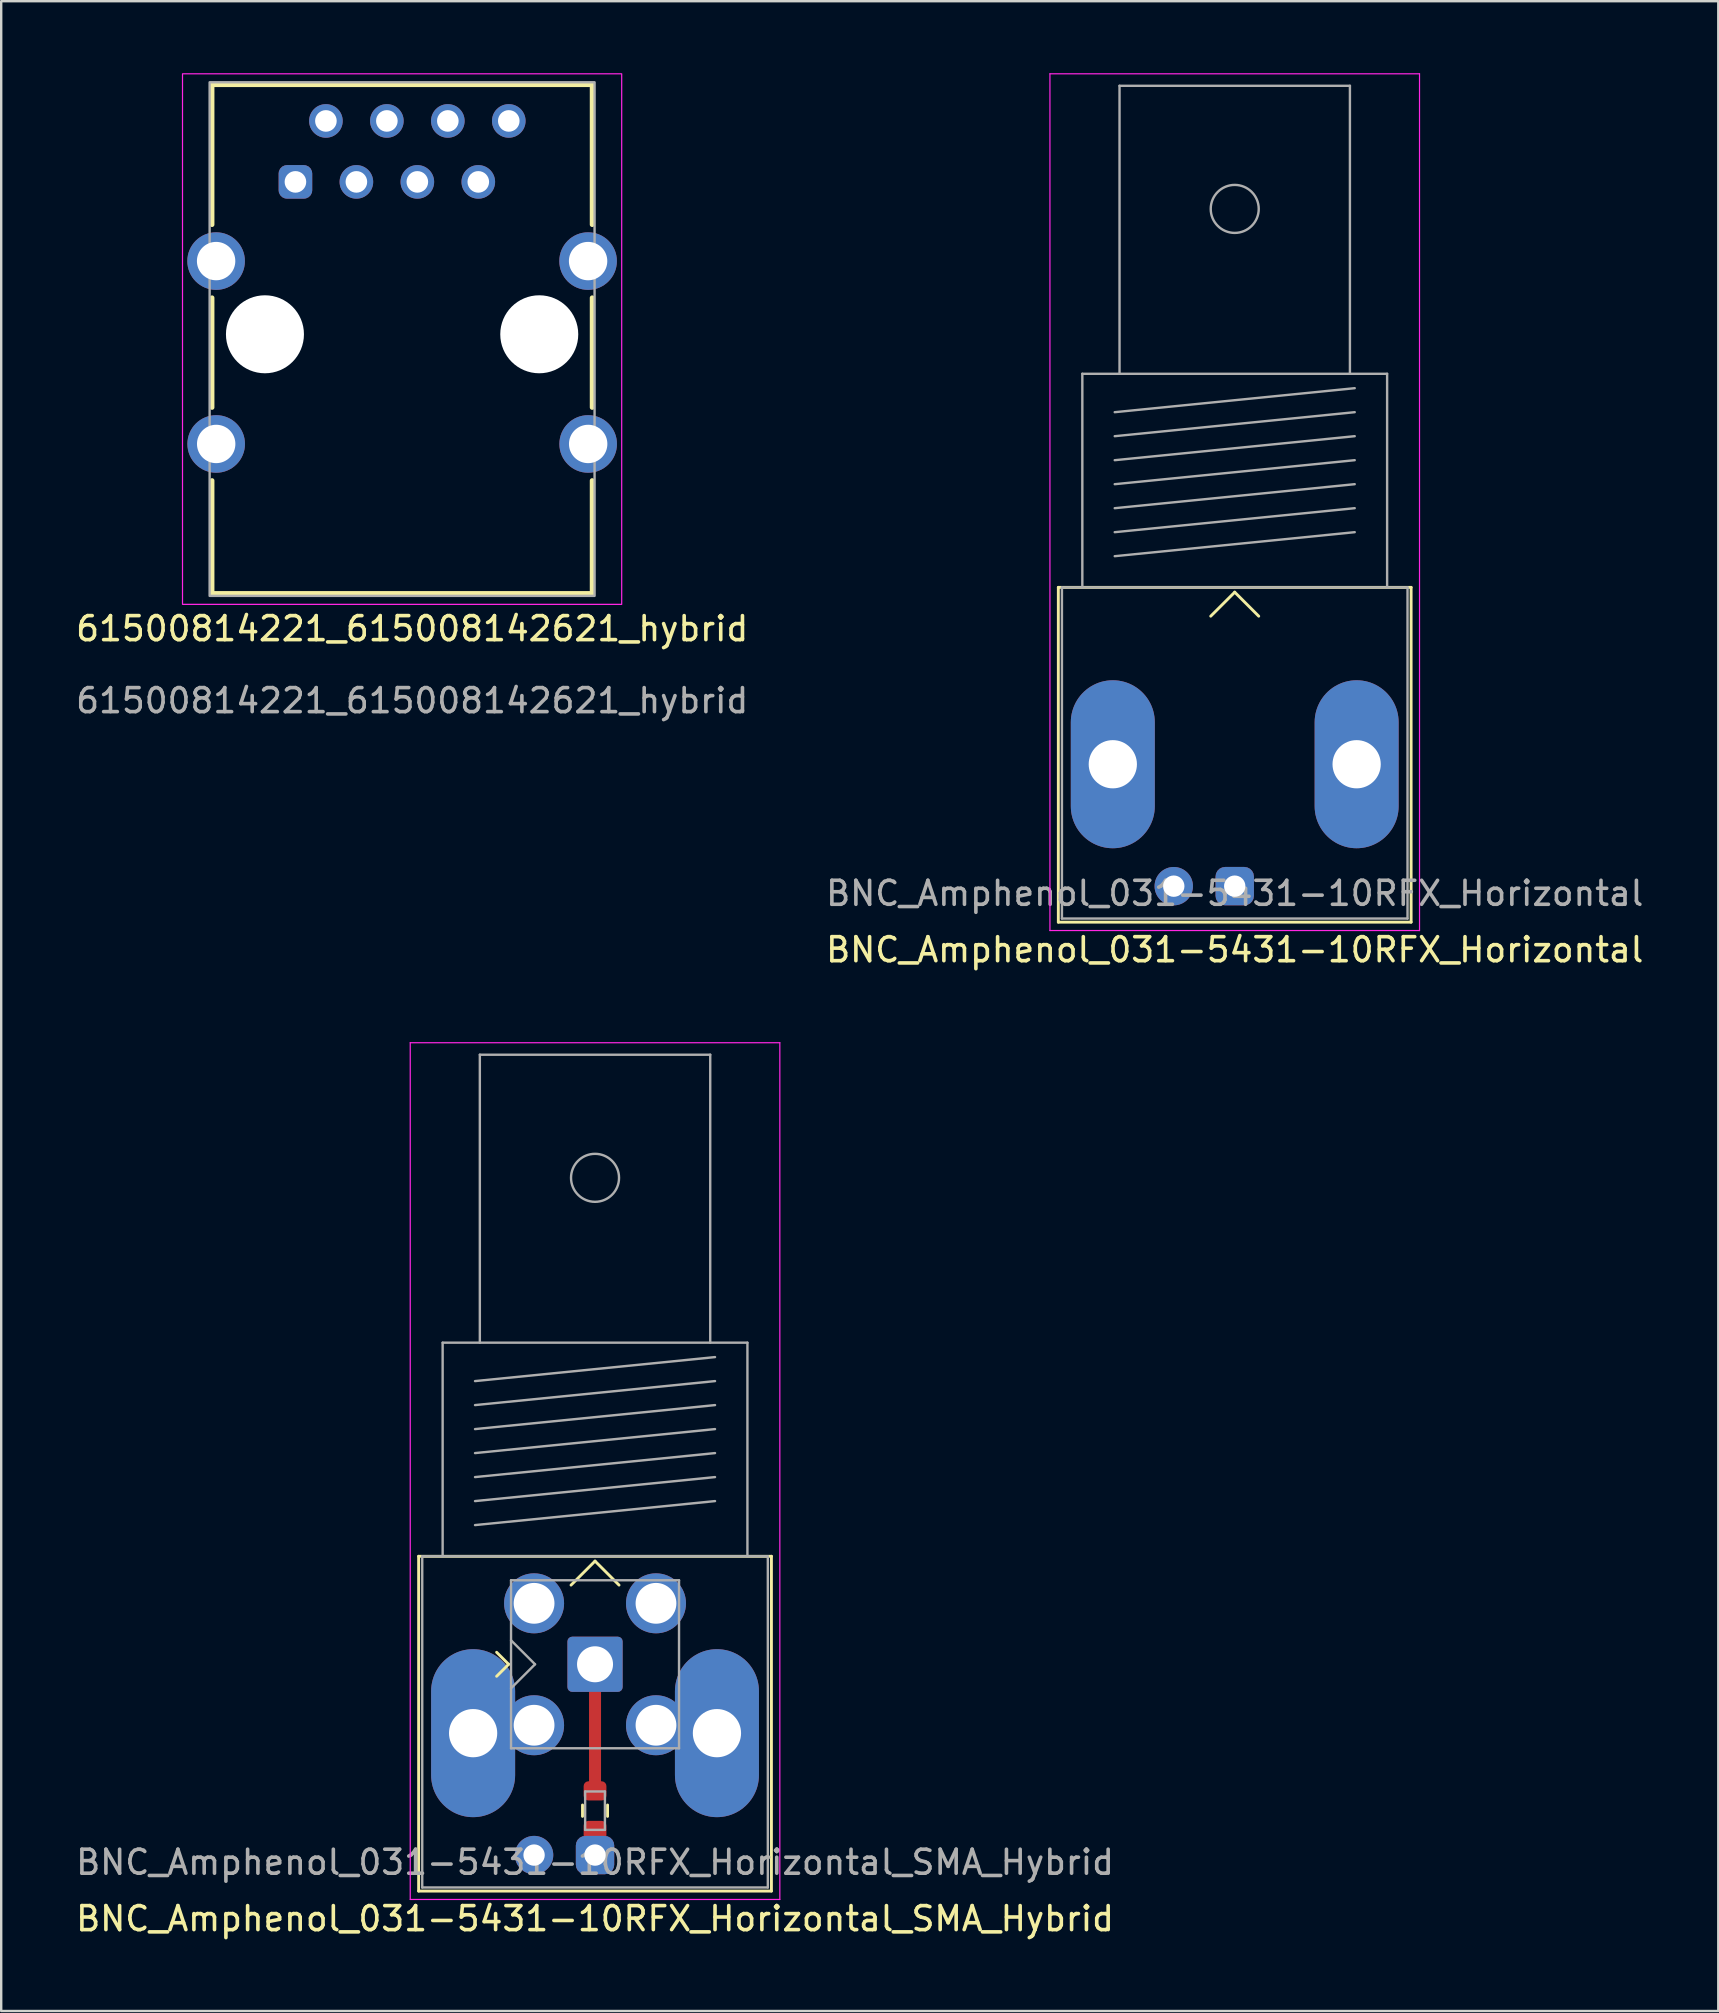
<source format=kicad_pcb>
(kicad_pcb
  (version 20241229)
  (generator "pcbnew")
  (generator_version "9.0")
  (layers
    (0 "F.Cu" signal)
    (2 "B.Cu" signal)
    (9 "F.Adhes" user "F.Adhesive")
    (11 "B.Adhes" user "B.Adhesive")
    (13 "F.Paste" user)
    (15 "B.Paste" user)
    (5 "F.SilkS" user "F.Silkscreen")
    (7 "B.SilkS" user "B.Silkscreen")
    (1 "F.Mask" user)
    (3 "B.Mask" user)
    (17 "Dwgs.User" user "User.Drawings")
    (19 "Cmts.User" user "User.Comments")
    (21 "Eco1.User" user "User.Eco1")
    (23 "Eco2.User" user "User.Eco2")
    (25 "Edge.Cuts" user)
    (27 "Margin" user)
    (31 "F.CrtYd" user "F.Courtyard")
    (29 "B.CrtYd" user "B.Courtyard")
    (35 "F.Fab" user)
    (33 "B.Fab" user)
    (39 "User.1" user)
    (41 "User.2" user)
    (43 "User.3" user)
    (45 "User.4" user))
  (footprint "61500814221_615008142621_hybrid"
    (layer "F.Cu")
    (at 9.26 4.529)
    (property "Reference" "61500814221_615008142621_hybrid" (at 4.865 18.618 0) (unlocked yes) (layer "F.SilkS") (effects (font (size 1 1) (thickness 0.15))))
    (attr through_hole)
    (fp_line (start -3.475 -4.05) (end 12.365 -4.05) (stroke (width 0.2) (type solid)) (layer "F.SilkS"))
    (fp_line (start -3.475 1.78) (end -3.475 -4.05) (stroke (width 0.2) (type solid)) (layer "F.SilkS"))
    (fp_line (start -3.475 9.398) (end -3.475 4.83) (stroke (width 0.2) (type solid)) (layer "F.SilkS"))
    (fp_line (start -3.475 17.15) (end -3.475 12.446) (stroke (width 0.2) (type solid)) (layer "F.SilkS"))
    (fp_line (start -3.475 17.15) (end 12.365 17.15) (stroke (width 0.2) (type solid)) (layer "F.SilkS"))
    (fp_line (start 12.365 1.78) (end 12.365 -4.05) (stroke (width 0.2) (type solid)) (layer "F.SilkS"))
    (fp_line (start 12.365 9.398) (end 12.365 4.83) (stroke (width 0.2) (type solid)) (layer "F.SilkS"))
    (fp_line (start 12.365 17.15) (end 12.365 12.446) (stroke (width 0.2) (type solid)) (layer "F.SilkS"))
    (fp_rect (start -4.705 -4.504) (end 13.595 17.604) (stroke (width 0.05) (type default)) (fill no) (layer "F.CrtYd"))
    (fp_rect (start -3.575 -4.15) (end 12.465 17.25) (stroke (width 0.1) (type default)) (fill no) (layer "F.Fab"))
    (fp_text user "${REFERENCE}" (at 4.865 21.618 0) (unlocked yes) (layer "F.Fab") (effects (font (size 1 1) (thickness 0.15))))
    (pad "" np_thru_hole circle (at -1.27 6.35) (size 3.25 3.25) (drill 3.25) (layers "*.Cu" "*.Mask"))
    (pad "" np_thru_hole circle (at 10.16 6.35) (size 3.25 3.25) (drill 3.25) (layers "*.Cu" "*.Mask"))
    (pad "1" thru_hole roundrect (at 0 0) (size 1.4 1.4) (drill 0.9) (layers "*.Cu" "*.Mask") (roundrect_rratio 0.25))
    (pad "2" thru_hole circle (at 1.27 -2.54) (size 1.4 1.4) (drill 0.9) (layers "*.Cu" "*.Mask"))
    (pad "3" thru_hole circle (at 2.54 0) (size 1.4 1.4) (drill 0.9) (layers "*.Cu" "*.Mask"))
    (pad "4" thru_hole circle (at 3.81 -2.54) (size 1.4 1.4) (drill 0.9) (layers "*.Cu" "*.Mask"))
    (pad "5" thru_hole circle (at 5.08 0) (size 1.4 1.4) (drill 0.9) (layers "*.Cu" "*.Mask"))
    (pad "6" thru_hole circle (at 6.35 -2.54) (size 1.4 1.4) (drill 0.9) (layers "*.Cu" "*.Mask"))
    (pad "7" thru_hole circle (at 7.62 0) (size 1.4 1.4) (drill 0.9) (layers "*.Cu" "*.Mask"))
    (pad "8" thru_hole circle (at 8.89 -2.54) (size 1.4 1.4) (drill 0.9) (layers "*.Cu" "*.Mask"))
    (pad "SH" thru_hole circle (at -3.305 3.3) (size 2.4 2.4) (drill 1.6) (layers "*.Cu" "*.Mask"))
    (pad "SH" thru_hole circle (at -3.302 10.92) (size 2.4 2.4) (drill 1.6) (layers "*.Cu" "*.Mask"))
    (pad "SH" thru_hole circle (at 12.195 3.3) (size 2.4 2.4) (drill 1.6) (layers "*.Cu" "*.Mask"))
    (pad "SH" thru_hole circle (at 12.198 10.92) (size 2.4 2.4) (drill 1.6) (layers "*.Cu" "*.Mask")))
  (footprint "BNC_Amphenol_031-5431-10RFX_Horizontal_SMA_Hybrid"
    (layer "F.Cu")
    (at 21.744 73.198)
    (property "Reference" "BNC_Amphenol_031-5431-10RFX_Horizontal_SMA_Hybrid" (at 0 3.7 0) (layer "F.SilkS") (effects (font (size 1 1) (thickness 0.15))))
    (attr through_hole)
    (fp_line (start 0 -1.7) (end 0 -7.2) (stroke (width 0.5) (type default)) (layer "F.Cu"))
    (fp_line (start -7.35 -11.4) (end 7.35 -11.4) (stroke (width 0.12) (type solid)) (layer "F.SilkS"))
    (fp_line (start -7.35 2.55) (end -7.35 -11.4) (stroke (width 0.12) (type solid)) (layer "F.SilkS"))
    (fp_line (start -4.1 -6.4) (end -3.6 -6.9) (stroke (width 0.12) (type solid)) (layer "F.SilkS"))
    (fp_line (start -3.6 -6.9) (end -4.1 -7.4) (stroke (width 0.12) (type solid)) (layer "F.SilkS"))
    (fp_line (start -0.522 -0.563) (end -0.522 -1.037) (stroke (width 0.12) (type solid)) (layer "F.SilkS"))
    (fp_line (start 0 -11.2) (end -1 -10.2) (stroke (width 0.12) (type solid)) (layer "F.SilkS"))
    (fp_line (start 0 -11.2) (end 1 -10.2) (stroke (width 0.12) (type solid)) (layer "F.SilkS"))
    (fp_line (start 0.522 -0.563) (end 0.522 -1.037) (stroke (width 0.12) (type solid)) (layer "F.SilkS"))
    (fp_line (start 7.35 -11.4) (end 7.35 2.55) (stroke (width 0.12) (type solid)) (layer "F.SilkS"))
    (fp_line (start 7.35 2.55) (end -7.35 2.55) (stroke (width 0.12) (type solid)) (layer "F.SilkS"))
    (fp_line (start -7.7 2.9) (end -7.7 -32.8) (stroke (width 0.05) (type solid)) (layer "F.CrtYd"))
    (fp_line (start -7.7 2.9) (end 7.7 2.9) (stroke (width 0.05) (type solid)) (layer "F.CrtYd"))
    (fp_line (start 7.7 -32.8) (end -7.7 -32.8) (stroke (width 0.05) (type solid)) (layer "F.CrtYd"))
    (fp_line (start 7.7 2.9) (end 7.7 -32.8) (stroke (width 0.05) (type solid)) (layer "F.CrtYd"))
    (fp_line (start -7.2 -11.4) (end -7.2 2.4) (stroke (width 0.1) (type solid)) (layer "F.Fab"))
    (fp_line (start -7.2 2.4) (end 7.2 2.4) (stroke (width 0.1) (type solid)) (layer "F.Fab"))
    (fp_line (start -6.35 -20.3) (end -6.35 -11.4) (stroke (width 0.1) (type solid)) (layer "F.Fab"))
    (fp_line (start -5 -18.7) (end 5 -19.7) (stroke (width 0.1) (type solid)) (layer "F.Fab"))
    (fp_line (start -5 -17.7) (end 5 -18.7) (stroke (width 0.1) (type solid)) (layer "F.Fab"))
    (fp_line (start -5 -16.7) (end 5 -17.7) (stroke (width 0.1) (type solid)) (layer "F.Fab"))
    (fp_line (start -5 -15.7) (end 5 -16.7) (stroke (width 0.1) (type solid)) (layer "F.Fab"))
    (fp_line (start -5 -14.7) (end 5 -15.7) (stroke (width 0.1) (type solid)) (layer "F.Fab"))
    (fp_line (start -5 -13.7) (end 5 -14.7) (stroke (width 0.1) (type solid)) (layer "F.Fab"))
    (fp_line (start -5 -12.7) (end 5 -13.7) (stroke (width 0.1) (type solid)) (layer "F.Fab"))
    (fp_line (start -4.8 -32.3) (end -4.8 -20.3) (stroke (width 0.1) (type solid)) (layer "F.Fab"))
    (fp_line (start -3.5 -10.4) (end -3.5 -3.4) (stroke (width 0.1) (type solid)) (layer "F.Fab"))
    (fp_line (start -3.5 -10.4) (end 3.5 -10.4) (stroke (width 0.1) (type solid)) (layer "F.Fab"))
    (fp_line (start -3.5 -7.9) (end -2.5 -6.9) (stroke (width 0.1) (type solid)) (layer "F.Fab"))
    (fp_line (start -3.5 -3.4) (end 3.5 -3.4) (stroke (width 0.1) (type solid)) (layer "F.Fab"))
    (fp_line (start -2.5 -6.9) (end -3.5 -5.9) (stroke (width 0.1) (type solid)) (layer "F.Fab"))
    (fp_line (start -0.412 -1.6) (end 0.412 -1.6) (stroke (width 0.1) (type solid)) (layer "F.Fab"))
    (fp_line (start -0.412 0) (end -0.412 -1.6) (stroke (width 0.1) (type solid)) (layer "F.Fab"))
    (fp_line (start 0.412 -1.6) (end 0.412 0) (stroke (width 0.1) (type solid)) (layer "F.Fab"))
    (fp_line (start 0.412 0) (end -0.412 0) (stroke (width 0.1) (type solid)) (layer "F.Fab"))
    (fp_line (start 3.5 -10.4) (end 3.5 -3.4) (stroke (width 0.1) (type solid)) (layer "F.Fab"))
    (fp_line (start 4.8 -32.3) (end -4.8 -32.3) (stroke (width 0.1) (type solid)) (layer "F.Fab"))
    (fp_line (start 4.8 -20.3) (end 4.8 -32.3) (stroke (width 0.1) (type solid)) (layer "F.Fab"))
    (fp_line (start 6.35 -20.3) (end -6.35 -20.3) (stroke (width 0.1) (type solid)) (layer "F.Fab"))
    (fp_line (start 6.35 -11.4) (end 6.35 -20.3) (stroke (width 0.1) (type solid)) (layer "F.Fab"))
    (fp_line (start 7.2 -11.4) (end -7.2 -11.4) (stroke (width 0.1) (type solid)) (layer "F.Fab"))
    (fp_line (start 7.2 2.4) (end 7.2 -11.4) (stroke (width 0.1) (type solid)) (layer "F.Fab"))
    (fp_circle (center 0 -27.17) (end 1 -27.17) (stroke (width 0.1) (type solid)) (fill no) (layer "F.Fab"))
    (fp_text user "${REFERENCE}" (at 0 1.35 0) (layer "F.Fab") (effects (font (size 1 1) (thickness 0.15))))
    (pad "" thru_hole oval (at -5.08 -4.03) (size 3.5 7) (drill 2.01) (layers "*.Cu" "*.Mask"))
    (pad "" thru_hole oval (at 5.08 -4.03) (size 3.5 7) (drill 2.01) (layers "*.Cu" "*.Mask"))
    (pad "1" thru_hole roundrect (at 0 -6.9) (size 2.3 2.3) (drill 1.5) (layers "*.Cu" "*.Mask") (remove_unused_layers yes) (keep_end_layers yes) (zone_layer_connections) (roundrect_rratio 0.087))
    (pad "1" smd roundrect (at 0 0.025 90) (size 0.8 0.95) (layers "F.Cu" "F.Mask" "F.Paste") (roundrect_rratio 0.25))
    (pad "1" thru_hole roundrect (at 0 1.05) (size 1.6 1.6) (drill 0.89) (layers "*.Cu" "*.Mask") (roundrect_rratio 0.25))
    (pad "2" thru_hole circle (at -2.54 -9.44) (size 2.5 2.5) (drill 1.7) (layers "*.Cu" "*.Mask") (remove_unused_layers yes) (keep_end_layers yes) (zone_layer_connections))
    (pad "2" thru_hole circle (at -2.54 -4.36) (size 2.5 2.5) (drill 1.7) (layers "*.Cu" "*.Mask") (remove_unused_layers yes) (keep_end_layers yes) (zone_layer_connections))
    (pad "2" thru_hole circle (at -2.54 1.05) (size 1.6 1.6) (drill 0.89) (layers "*.Cu" "*.Mask"))
    (pad "2" smd roundrect (at 0 -1.625 90) (size 0.8 0.95) (layers "F.Cu" "F.Mask" "F.Paste") (roundrect_rratio 0.25))
    (pad "2" thru_hole circle (at 2.54 -9.44) (size 2.5 2.5) (drill 1.7) (layers "*.Cu" "*.Mask") (remove_unused_layers yes) (keep_end_layers yes) (zone_layer_connections))
    (pad "2" thru_hole circle (at 2.54 -4.36) (size 2.5 2.5) (drill 1.7) (layers "*.Cu" "*.Mask") (remove_unused_layers yes) (keep_end_layers yes) (zone_layer_connections)))
  (footprint "BNC_Amphenol_031-5431-10RFX_Horizontal"
    (layer "F.Cu")
    (at 48.399 32.825)
    (property "Reference" "BNC_Amphenol_031-5431-10RFX_Horizontal" (at 0 3.7 0) (layer "F.SilkS") (effects (font (size 1 1) (thickness 0.15))))
    (attr through_hole)
    (fp_line (start -7.35 -11.4) (end 7.35 -11.4) (stroke (width 0.12) (type solid)) (layer "F.SilkS"))
    (fp_line (start -7.35 2.55) (end -7.35 -11.4) (stroke (width 0.12) (type solid)) (layer "F.SilkS"))
    (fp_line (start 0 -11.2) (end -1 -10.2) (stroke (width 0.12) (type solid)) (layer "F.SilkS"))
    (fp_line (start 0 -11.2) (end 1 -10.2) (stroke (width 0.12) (type solid)) (layer "F.SilkS"))
    (fp_line (start 7.35 -11.4) (end 7.35 2.55) (stroke (width 0.12) (type solid)) (layer "F.SilkS"))
    (fp_line (start 7.35 2.55) (end -7.35 2.55) (stroke (width 0.12) (type solid)) (layer "F.SilkS"))
    (fp_line (start -7.7 2.9) (end -7.7 -32.8) (stroke (width 0.05) (type solid)) (layer "F.CrtYd"))
    (fp_line (start -7.7 2.9) (end 7.7 2.9) (stroke (width 0.05) (type solid)) (layer "F.CrtYd"))
    (fp_line (start 7.7 -32.8) (end -7.7 -32.8) (stroke (width 0.05) (type solid)) (layer "F.CrtYd"))
    (fp_line (start 7.7 2.9) (end 7.7 -32.8) (stroke (width 0.05) (type solid)) (layer "F.CrtYd"))
    (fp_line (start -7.2 -11.4) (end -7.2 2.4) (stroke (width 0.1) (type solid)) (layer "F.Fab"))
    (fp_line (start -7.2 2.4) (end 7.2 2.4) (stroke (width 0.1) (type solid)) (layer "F.Fab"))
    (fp_line (start -6.35 -20.3) (end -6.35 -11.4) (stroke (width 0.1) (type solid)) (layer "F.Fab"))
    (fp_line (start -5 -18.7) (end 5 -19.7) (stroke (width 0.1) (type solid)) (layer "F.Fab"))
    (fp_line (start -5 -17.7) (end 5 -18.7) (stroke (width 0.1) (type solid)) (layer "F.Fab"))
    (fp_line (start -5 -16.7) (end 5 -17.7) (stroke (width 0.1) (type solid)) (layer "F.Fab"))
    (fp_line (start -5 -15.7) (end 5 -16.7) (stroke (width 0.1) (type solid)) (layer "F.Fab"))
    (fp_line (start -5 -14.7) (end 5 -15.7) (stroke (width 0.1) (type solid)) (layer "F.Fab"))
    (fp_line (start -5 -13.7) (end 5 -14.7) (stroke (width 0.1) (type solid)) (layer "F.Fab"))
    (fp_line (start -5 -12.7) (end 5 -13.7) (stroke (width 0.1) (type solid)) (layer "F.Fab"))
    (fp_line (start -4.8 -32.3) (end -4.8 -20.3) (stroke (width 0.1) (type solid)) (layer "F.Fab"))
    (fp_line (start 4.8 -32.3) (end -4.8 -32.3) (stroke (width 0.1) (type solid)) (layer "F.Fab"))
    (fp_line (start 4.8 -20.3) (end 4.8 -32.3) (stroke (width 0.1) (type solid)) (layer "F.Fab"))
    (fp_line (start 6.35 -20.3) (end -6.35 -20.3) (stroke (width 0.1) (type solid)) (layer "F.Fab"))
    (fp_line (start 6.35 -11.4) (end 6.35 -20.3) (stroke (width 0.1) (type solid)) (layer "F.Fab"))
    (fp_line (start 7.2 -11.4) (end -7.2 -11.4) (stroke (width 0.1) (type solid)) (layer "F.Fab"))
    (fp_line (start 7.2 2.4) (end 7.2 -11.4) (stroke (width 0.1) (type solid)) (layer "F.Fab"))
    (fp_circle (center 0 -27.17) (end 1 -27.17) (stroke (width 0.1) (type solid)) (fill no) (layer "F.Fab"))
    (fp_text user "${REFERENCE}" (at 0 1.35 0) (layer "F.Fab") (effects (font (size 1 1) (thickness 0.15))))
    (pad "" thru_hole oval (at -5.08 -4.03) (size 3.5 7) (drill 2.01) (layers "*.Cu" "*.Mask"))
    (pad "" thru_hole oval (at 5.08 -4.03) (size 3.5 7) (drill 2.01) (layers "*.Cu" "*.Mask"))
    (pad "1" thru_hole roundrect (at 0 1.05) (size 1.6 1.6) (drill 0.89) (layers "*.Cu" "*.Mask") (roundrect_rratio 0.25))
    (pad "2" thru_hole circle (at -2.54 1.05) (size 1.6 1.6) (drill 0.89) (layers "*.Cu" "*.Mask")))
  (gr_rect
    (start -3 -3)
    (end 68.548 80.746)
    (stroke (width 0.1) (type default))
    (fill no)
    (layer "Edge.Cuts")))
</source>
